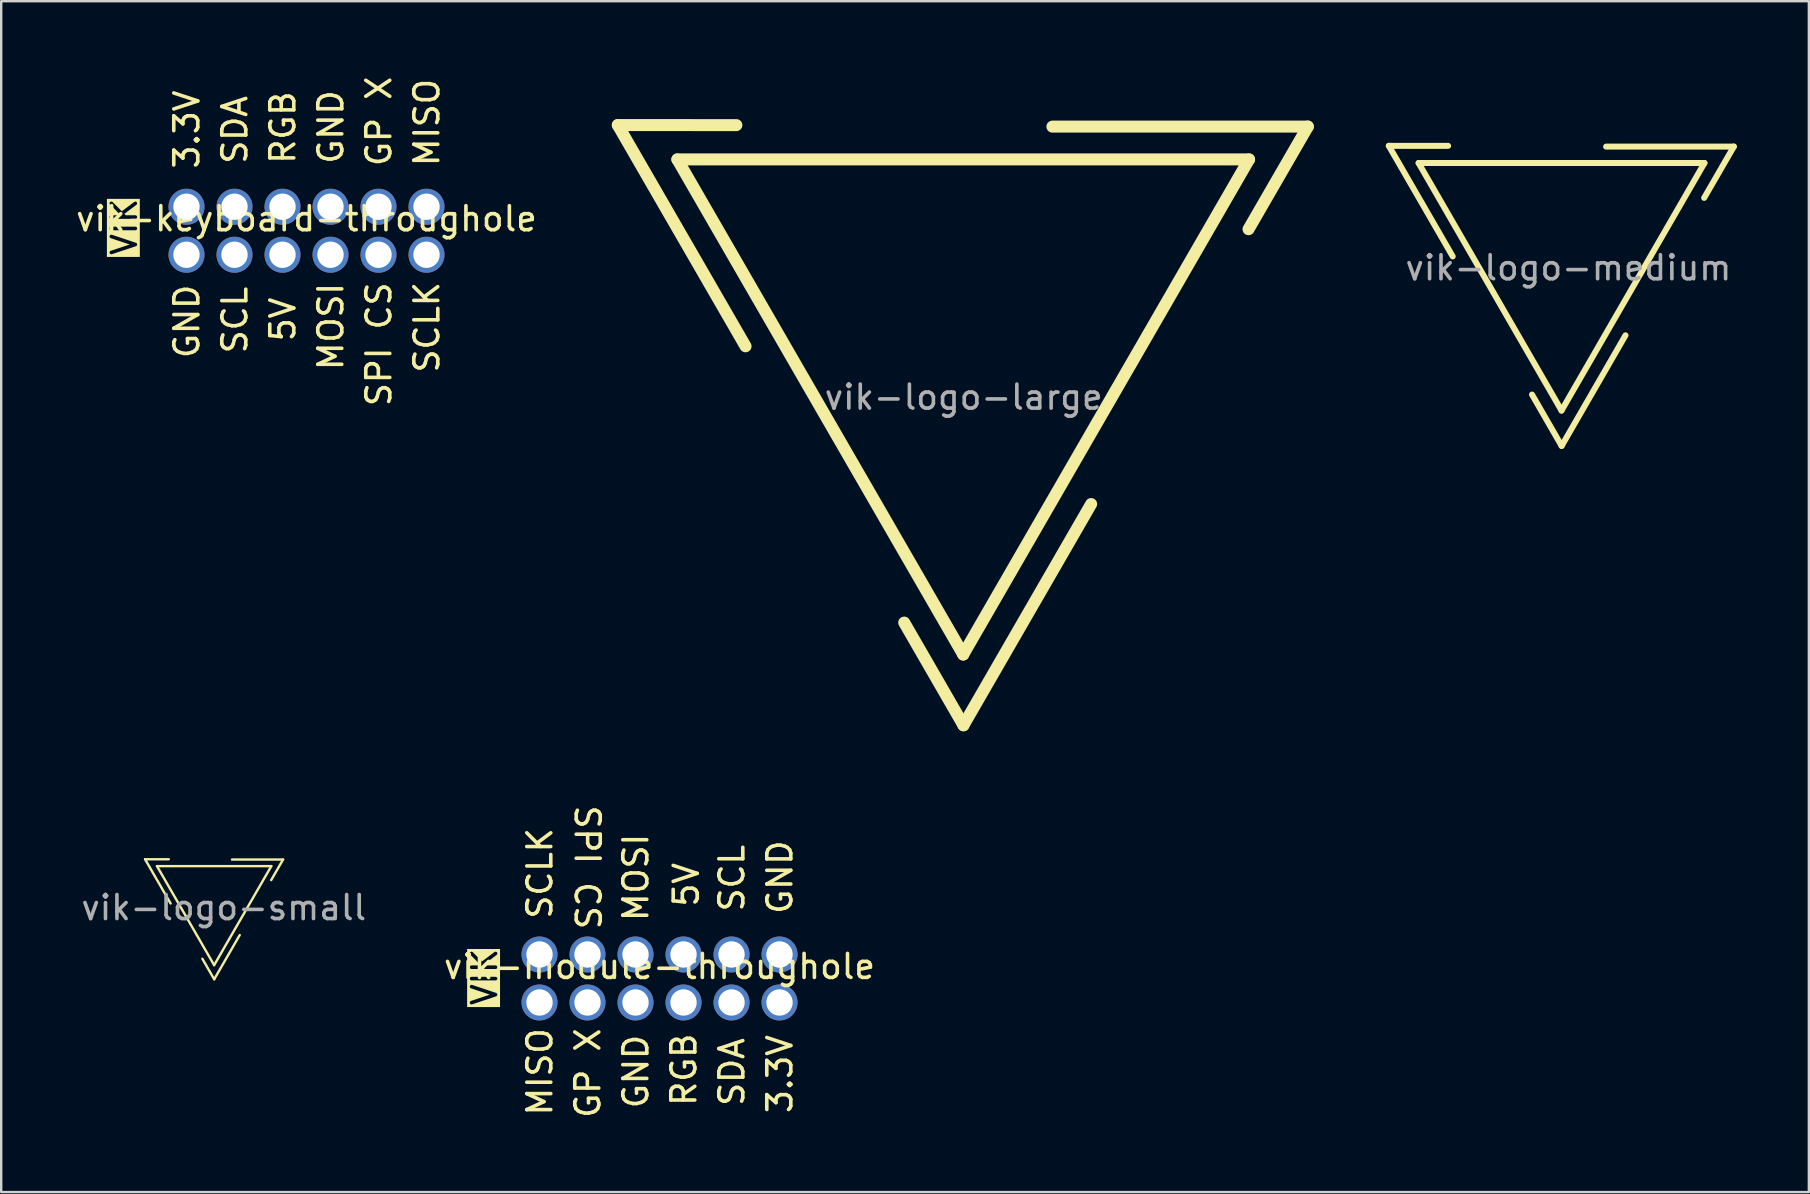
<source format=kicad_pcb>
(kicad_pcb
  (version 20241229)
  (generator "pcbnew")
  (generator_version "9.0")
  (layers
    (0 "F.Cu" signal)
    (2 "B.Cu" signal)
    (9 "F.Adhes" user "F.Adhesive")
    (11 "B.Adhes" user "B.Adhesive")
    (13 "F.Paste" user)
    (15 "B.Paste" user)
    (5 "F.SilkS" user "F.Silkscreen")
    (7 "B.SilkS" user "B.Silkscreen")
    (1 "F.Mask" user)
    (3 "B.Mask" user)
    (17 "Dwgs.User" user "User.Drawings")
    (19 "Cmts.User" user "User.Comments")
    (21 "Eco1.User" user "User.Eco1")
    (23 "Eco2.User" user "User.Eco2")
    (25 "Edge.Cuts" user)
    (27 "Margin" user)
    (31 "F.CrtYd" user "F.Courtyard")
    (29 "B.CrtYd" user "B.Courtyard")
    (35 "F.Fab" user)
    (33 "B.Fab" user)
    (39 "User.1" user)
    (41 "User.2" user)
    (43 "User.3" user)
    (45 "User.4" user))
  (footprint "vik-logo-small"
    (layer "F.Cu")
    (at 5.874 34.556)
    (property "Reference" "vik-logo-small" (at 0.18 -3.29 0) (unlocked yes) (layer "User.1") (effects (font (size 1 1) (thickness 0.15))))
    (attr smd)
    (fp_line (start -2.88 -1.806) (end -1.892 -1.806) (stroke (width 0.1) (type solid)) (layer "F.SilkS"))
    (fp_line (start -2.384 -1.52) (end 2.38 -1.52) (stroke (width 0.1) (type solid)) (layer "F.SilkS"))
    (fp_line (start -1.816 0.037) (end -2.88 -1.806) (stroke (width 0.1) (type solid)) (layer "F.SilkS"))
    (fp_line (start -0.002 2.606) (end -2.384 -1.52) (stroke (width 0.1) (type solid)) (layer "F.SilkS"))
    (fp_line (start 0.000114 3.195) (end -0.493 2.339) (stroke (width 0.1) (type solid)) (layer "F.SilkS"))
    (fp_line (start 0.741 -1.793) (end 2.87 -1.794) (stroke (width 0.1) (type solid)) (layer "F.SilkS"))
    (fp_line (start 1.064 1.352) (end 0.000114 3.195) (stroke (width 0.1) (type solid)) (layer "F.SilkS"))
    (fp_line (start 2.38 -1.52) (end -0.002 2.606) (stroke (width 0.1) (type solid)) (layer "F.SilkS"))
    (fp_line (start 2.87 -1.794) (end 2.375 -0.938) (stroke (width 0.1) (type solid)) (layer "F.SilkS"))
    (fp_text user "${REFERENCE}" (at 0.4 0.21 0) (unlocked yes) (layer "F.Fab") (effects (font (size 1 1) (thickness 0.15)))))
  (footprint "vik-logo-large"
    (layer "F.Cu")
    (at 37.102 11.758)
    (property "Reference" "vik-logo-large" (at 0.13 -10.91 0) (unlocked yes) (layer "User.1") (effects (font (size 1 1) (thickness 0.15))))
    (attr smd)
    (fp_line (start -14.411 -9.597) (end -9.472 -9.595) (stroke (width 0.5) (type solid)) (layer "F.SilkS"))
    (fp_line (start -11.93 -8.166) (end 11.889 -8.166) (stroke (width 0.5) (type solid)) (layer "F.SilkS"))
    (fp_line (start -9.089 -0.381) (end -14.411 -9.597) (stroke (width 0.5) (type solid)) (layer "F.SilkS"))
    (fp_line (start -0.02 12.462) (end -11.93 -8.166) (stroke (width 0.5) (type solid)) (layer "F.SilkS"))
    (fp_line (start -0.01 15.41) (end -2.478 11.132) (stroke (width 0.5) (type solid)) (layer "F.SilkS"))
    (fp_line (start 3.696 -9.532) (end 14.338 -9.534) (stroke (width 0.5) (type solid)) (layer "F.SilkS"))
    (fp_line (start 5.31 6.193) (end -0.01 15.41) (stroke (width 0.5) (type solid)) (layer "F.SilkS"))
    (fp_line (start 11.889 -8.166) (end -0.02 12.462) (stroke (width 0.5) (type solid)) (layer "F.SilkS"))
    (fp_line (start 14.338 -9.534) (end 11.867 -5.258) (stroke (width 0.5) (type solid)) (layer "F.SilkS"))
    (fp_text user "${REFERENCE}" (at 0 1.74 0) (unlocked yes) (layer "F.Fab") (effects (font (size 1 1) (thickness 0.15)))))
  (footprint "vik-logo-medium"
    (layer "F.Cu")
    (at 61.998 7.808)
    (property "Reference" "vik-logo-medium" (at -0.05 -6.96 0) (unlocked yes) (layer "User.1") (effects (font (size 1 1) (thickness 0.15))))
    (attr smd)
    (fp_line (start -7.184 -4.782) (end -4.714 -4.781) (stroke (width 0.25) (type solid)) (layer "F.SilkS"))
    (fp_line (start -5.943 -4.067) (end 5.967 -4.067) (stroke (width 0.25) (type solid)) (layer "F.SilkS"))
    (fp_line (start -4.522 -0.175) (end -7.184 -4.782) (stroke (width 0.25) (type solid)) (layer "F.SilkS"))
    (fp_line (start 0.012 6.247) (end -5.943 -4.067) (stroke (width 0.25) (type solid)) (layer "F.SilkS"))
    (fp_line (start 0.017 7.721) (end -1.217 5.582) (stroke (width 0.25) (type solid)) (layer "F.SilkS"))
    (fp_line (start 1.87 -4.75) (end 7.191 -4.751) (stroke (width 0.25) (type solid)) (layer "F.SilkS"))
    (fp_line (start 2.677 3.113) (end 0.017 7.721) (stroke (width 0.25) (type solid)) (layer "F.SilkS"))
    (fp_line (start 5.967 -4.067) (end 0.012 6.247) (stroke (width 0.25) (type solid)) (layer "F.SilkS"))
    (fp_line (start 7.191 -4.751) (end 5.955 -2.613) (stroke (width 0.25) (type solid)) (layer "F.SilkS"))
    (fp_text user "${REFERENCE}" (at 0.3 0.3 0) (unlocked yes) (layer "F.Fab") (effects (font (size 1 1) (thickness 0.15)))))
  (footprint "vik-keyboard-throughole"
    (layer "F.Cu")
    (at 9.72 6.564)
    (property "Reference" "vik-keyboard-throughole" (at 0 -0.5 0) (unlocked yes) (layer "F.SilkS") (effects (font (size 1 1) (thickness 0.15))))
    (attr smd)
    (fp_text user "SPI CS" (at 3.6 7.4 90) (unlocked yes) (layer "F.SilkS") (effects (font (size 1 1) (thickness 0.15)) (justify left bottom)))
    (fp_text user "MISO" (at 5.6 -2.6 90) (unlocked yes) (layer "F.SilkS") (effects (font (size 1 1) (thickness 0.15)) (justify left bottom)))
    (fp_text user "GND" (at 1.6 -2.7 90) (unlocked yes) (layer "F.SilkS") (effects (font (size 1 1) (thickness 0.15)) (justify left bottom)))
    (fp_text user "RGB" (at -0.4 -2.7 90) (unlocked yes) (layer "F.SilkS") (effects (font (size 1 1) (thickness 0.15)) (justify left bottom)))
    (fp_text user "3.3V" (at -4.4 -2.5 90) (unlocked yes) (layer "F.SilkS") (effects (font (size 1 1) (thickness 0.15)) (justify left bottom)))
    (fp_text user "SDA" (at -2.4 -2.7 90) (unlocked yes) (layer "F.SilkS") (effects (font (size 1 1) (thickness 0.15)) (justify left bottom)))
    (fp_text user "SCL" (at -2.4 5.2 90) (unlocked yes) (layer "F.SilkS") (effects (font (size 1 1) (thickness 0.15)) (justify left bottom)))
    (fp_text user "GND" (at -4.4 5.4 90) (unlocked yes) (layer "F.SilkS") (effects (font (size 1 1) (thickness 0.15)) (justify left bottom)))
    (fp_text user "VIK" (at -7 1.1 90) (unlocked yes) (layer "F.SilkS" knockout) (effects (font (size 1 1) (thickness 0.15)) (justify left bottom)))
    (fp_text user "SCLK" (at 5.6 6 90) (unlocked yes) (layer "F.SilkS") (effects (font (size 1 1) (thickness 0.15)) (justify left bottom)))
    (fp_text user "5V" (at -0.4 4.7 90) (unlocked yes) (layer "F.SilkS") (effects (font (size 1 1) (thickness 0.15)) (justify left bottom)))
    (fp_text user "MOSI" (at 1.6 5.9 90) (unlocked yes) (layer "F.SilkS") (effects (font (size 1 1) (thickness 0.15)) (justify left bottom)))
    (fp_text user "GP X" (at 3.6 -2.6 90) (unlocked yes) (layer "F.SilkS") (effects (font (size 1 1) (thickness 0.15)) (justify left bottom)))
    (pad "1" thru_hole circle (at -5 -1) (size 1.5 1.5) (drill 1.1) (layers "*.Cu" "*.Mask"))
    (pad "2" thru_hole circle (at -5 1) (size 1.5 1.5) (drill 1.1) (layers "*.Cu" "*.Mask"))
    (pad "3" thru_hole circle (at -3 -1) (size 1.5 1.5) (drill 1.1) (layers "*.Cu" "*.Mask"))
    (pad "4" thru_hole circle (at -3 1) (size 1.5 1.5) (drill 1.1) (layers "*.Cu" "*.Mask"))
    (pad "5" thru_hole circle (at -1 -1) (size 1.5 1.5) (drill 1.1) (layers "*.Cu" "*.Mask"))
    (pad "6" thru_hole circle (at -1 1) (size 1.5 1.5) (drill 1.1) (layers "*.Cu" "*.Mask"))
    (pad "7" thru_hole circle (at 1 -1) (size 1.5 1.5) (drill 1.1) (layers "*.Cu" "*.Mask"))
    (pad "8" thru_hole circle (at 1 1) (size 1.5 1.5) (drill 1.1) (layers "*.Cu" "*.Mask"))
    (pad "9" thru_hole circle (at 3 -1) (size 1.5 1.5) (drill 1.1) (layers "*.Cu" "*.Mask"))
    (pad "10" thru_hole circle (at 3 1) (size 1.5 1.5) (drill 1.1) (layers "*.Cu" "*.Mask"))
    (pad "11" thru_hole circle (at 5 -1) (size 1.5 1.5) (drill 1.1) (layers "*.Cu" "*.Mask"))
    (pad "12" thru_hole circle (at 5 1) (size 1.5 1.5) (drill 1.1) (layers "*.Cu" "*.Mask")))
  (footprint "vik-module-throughole"
    (layer "F.Cu")
    (at 24.428 37.718)
    (property "Reference" "vik-module-throughole" (at 0 -0.5 0) (unlocked yes) (layer "F.SilkS") (effects (font (size 1 1) (thickness 0.15))))
    (attr smd)
    (fp_text user "MISO" (at -4.4 5.8 90) (unlocked yes) (layer "F.SilkS") (effects (font (size 1 1) (thickness 0.15)) (justify left bottom)))
    (fp_text user "SCL" (at 3.6 -2.7 90) (unlocked yes) (layer "F.SilkS") (effects (font (size 1 1) (thickness 0.15)) (justify left bottom)))
    (fp_text user "SPI CS" (at -3.6 -7.3 270) (unlocked yes) (layer "F.SilkS") (effects (font (size 1 1) (thickness 0.15)) (justify left bottom)))
    (fp_text user "SCLK" (at -4.4 -2.4 90) (unlocked yes) (layer "F.SilkS") (effects (font (size 1 1) (thickness 0.15)) (justify left bottom)))
    (fp_text user "RGB" (at 1.6 5.4 90) (unlocked yes) (layer "F.SilkS") (effects (font (size 1 1) (thickness 0.15)) (justify left bottom)))
    (fp_text user "VIK" (at -6.7 1.2 90) (unlocked yes) (layer "F.SilkS" knockout) (effects (font (size 1 1) (thickness 0.15)) (justify left bottom)))
    (fp_text user "3.3V" (at 5.6 5.7 90) (unlocked yes) (layer "F.SilkS") (effects (font (size 1 1) (thickness 0.15)) (justify left bottom)))
    (fp_text user "GND" (at -0.4 5.5 90) (unlocked yes) (layer "F.SilkS") (effects (font (size 1 1) (thickness 0.15)) (justify left bottom)))
    (fp_text user "5V" (at 1.7 -2.9 90) (unlocked yes) (layer "F.SilkS") (effects (font (size 1 1) (thickness 0.15)) (justify left bottom)))
    (fp_text user "GP X" (at -2.4 5.9 90) (unlocked yes) (layer "F.SilkS") (effects (font (size 1 1) (thickness 0.15)) (justify left bottom)))
    (fp_text user "SDA" (at 3.6 5.4 90) (unlocked yes) (layer "F.SilkS") (effects (font (size 1 1) (thickness 0.15)) (justify left bottom)))
    (fp_text user "GND" (at 5.6 -2.6 90) (unlocked yes) (layer "F.SilkS") (effects (font (size 1 1) (thickness 0.15)) (justify left bottom)))
    (fp_text user "MOSI" (at -0.4 -2.3 90) (unlocked yes) (layer "F.SilkS") (effects (font (size 1 1) (thickness 0.15)) (justify left bottom)))
    (pad "1" thru_hole circle (at 5 1) (size 1.5 1.5) (drill 1.1) (layers "*.Cu" "*.Mask"))
    (pad "2" thru_hole circle (at 5 -1) (size 1.5 1.5) (drill 1.1) (layers "*.Cu" "*.Mask"))
    (pad "3" thru_hole circle (at 3 1) (size 1.5 1.5) (drill 1.1) (layers "*.Cu" "*.Mask"))
    (pad "4" thru_hole circle (at 3 -1) (size 1.5 1.5) (drill 1.1) (layers "*.Cu" "*.Mask"))
    (pad "5" thru_hole circle (at 1 1) (size 1.5 1.5) (drill 1.1) (layers "*.Cu" "*.Mask"))
    (pad "6" thru_hole circle (at 1 -1) (size 1.5 1.5) (drill 1.1) (layers "*.Cu" "*.Mask"))
    (pad "7" thru_hole circle (at -1 1) (size 1.5 1.5) (drill 1.1) (layers "*.Cu" "*.Mask"))
    (pad "8" thru_hole circle (at -1 -1) (size 1.5 1.5) (drill 1.1) (layers "*.Cu" "*.Mask"))
    (pad "9" thru_hole circle (at -3 1) (size 1.5 1.5) (drill 1.1) (layers "*.Cu" "*.Mask"))
    (pad "10" thru_hole circle (at -3 -1) (size 1.5 1.5) (drill 1.1) (layers "*.Cu" "*.Mask"))
    (pad "11" thru_hole circle (at -5 1) (size 1.5 1.5) (drill 1.1) (layers "*.Cu" "*.Mask"))
    (pad "12" thru_hole circle (at -5 -1) (size 1.5 1.5) (drill 1.1) (layers "*.Cu" "*.Mask")))
  (gr_rect
    (start -3 -3)
    (end 72.315 46.618)
    (stroke (width 0.1) (type default))
    (fill no)
    (layer "Edge.Cuts")))
</source>
